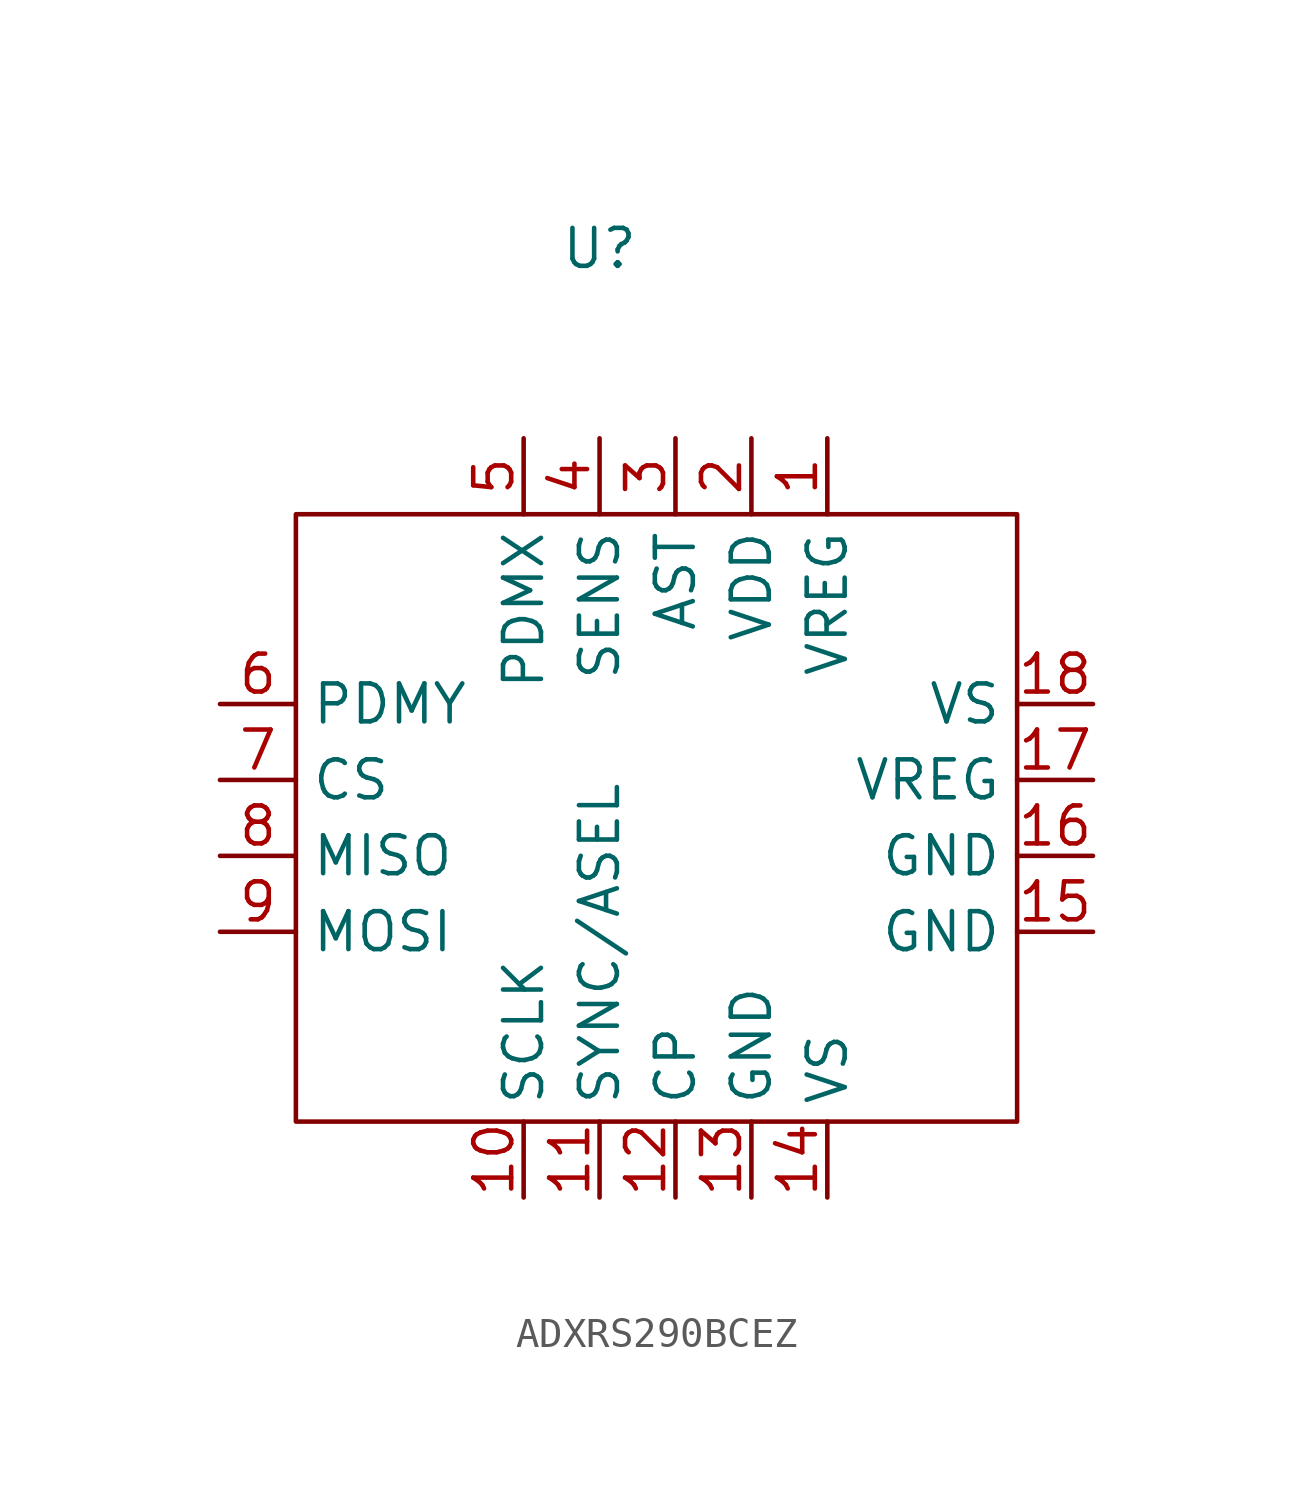
<source format=kicad_sym>
(kicad_symbol_lib
  (version 20220914)
  (generator kicad_symbol_editor)
  (symbol "ADXRS290BCEZ"
    (property "Reference" "U"
      (at 0 0 0)
      (effects (font (size 1.27 1.27))))
    (property "Value" ""
      (at 0 0 0)
      (effects (font (size 1.27 1.27))))
    (symbol "ADXRS290BCEZ_0_0"
      (text "" (at -11.43 -22.86 900) (effects (font (size 1.27 1.27))))
      (text "" (at 0 -7.62 0) (effects (font (size 1.27 1.27))))
      (text "" (at 5.08 -30.48 0) (effects (font (size 1.27 1.27))))
      (text "" (at 15.24 -15.24 900) (effects (font (size 1.27 1.27)))))
    (symbol "ADXRS290BCEZ_0_1"
      (rectangle (start -10.16 -8.89) (end 13.97 -29.21) (stroke (width 0) (type default)) (fill (type none))))
    (symbol "ADXRS290BCEZ_1_1"
      (pin input line (at 7.62 -6.35 270) (length 2.54) (name "VREG" (effects (font (size 1.27 1.27)))) (number "1" (effects (font (size 1.27 1.27)))))
      (pin input line (at -2.54 -31.75 90) (length 2.54) (name "SCLK" (effects (font (size 1.27 1.27)))) (number "10" (effects (font (size 1.27 1.27)))))
      (pin input line (at 0 -31.75 90) (length 2.54) (name "SYNC/ASEL" (effects (font (size 1.27 1.27)))) (number "11" (effects (font (size 1.27 1.27)))))
      (pin input line (at 2.54 -31.75 90) (length 2.54) (name "CP" (effects (font (size 1.27 1.27)))) (number "12" (effects (font (size 1.27 1.27)))))
      (pin input line (at 5.08 -31.75 90) (length 2.54) (name "GND" (effects (font (size 1.27 1.27)))) (number "13" (effects (font (size 1.27 1.27)))))
      (pin input line (at 7.62 -31.75 90) (length 2.54) (name "VS" (effects (font (size 1.27 1.27)))) (number "14" (effects (font (size 1.27 1.27)))))
      (pin input line (at 16.51 -22.86 180) (length 2.54) (name "GND" (effects (font (size 1.27 1.27)))) (number "15" (effects (font (size 1.27 1.27)))))
      (pin input line (at 16.51 -20.32 180) (length 2.54) (name "GND" (effects (font (size 1.27 1.27)))) (number "16" (effects (font (size 1.27 1.27)))))
      (pin input line (at 16.51 -17.78 180) (length 2.54) (name "VREG" (effects (font (size 1.27 1.27)))) (number "17" (effects (font (size 1.27 1.27)))))
      (pin input line (at 16.51 -15.24 180) (length 2.54) (name "VS" (effects (font (size 1.27 1.27)))) (number "18" (effects (font (size 1.27 1.27)))))
      (pin input line (at 5.08 -6.35 270) (length 2.54) (name "VDD" (effects (font (size 1.27 1.27)))) (number "2" (effects (font (size 1.27 1.27)))))
      (pin input line (at 2.54 -6.35 270) (length 2.54) (name "AST" (effects (font (size 1.27 1.27)))) (number "3" (effects (font (size 1.27 1.27)))))
      (pin input line (at 0 -6.35 270) (length 2.54) (name "SENS" (effects (font (size 1.27 1.27)))) (number "4" (effects (font (size 1.27 1.27)))))
      (pin input line (at -2.54 -6.35 270) (length 2.54) (name "PDMX" (effects (font (size 1.27 1.27)))) (number "5" (effects (font (size 1.27 1.27)))))
      (pin input line (at -12.7 -15.24 0) (length 2.54) (name "PDMY" (effects (font (size 1.27 1.27)))) (number "6" (effects (font (size 1.27 1.27)))))
      (pin input line (at -12.7 -17.78 0) (length 2.54) (name "CS" (effects (font (size 1.27 1.27)))) (number "7" (effects (font (size 1.27 1.27)))))
      (pin input line (at -12.7 -20.32 0) (length 2.54) (name "MISO" (effects (font (size 1.27 1.27)))) (number "8" (effects (font (size 1.27 1.27)))))
      (pin input line (at -12.7 -22.86 0) (length 2.54) (name "MOSI" (effects (font (size 1.27 1.27)))) (number "9" (effects (font (size 1.27 1.27))))))))
</source>
